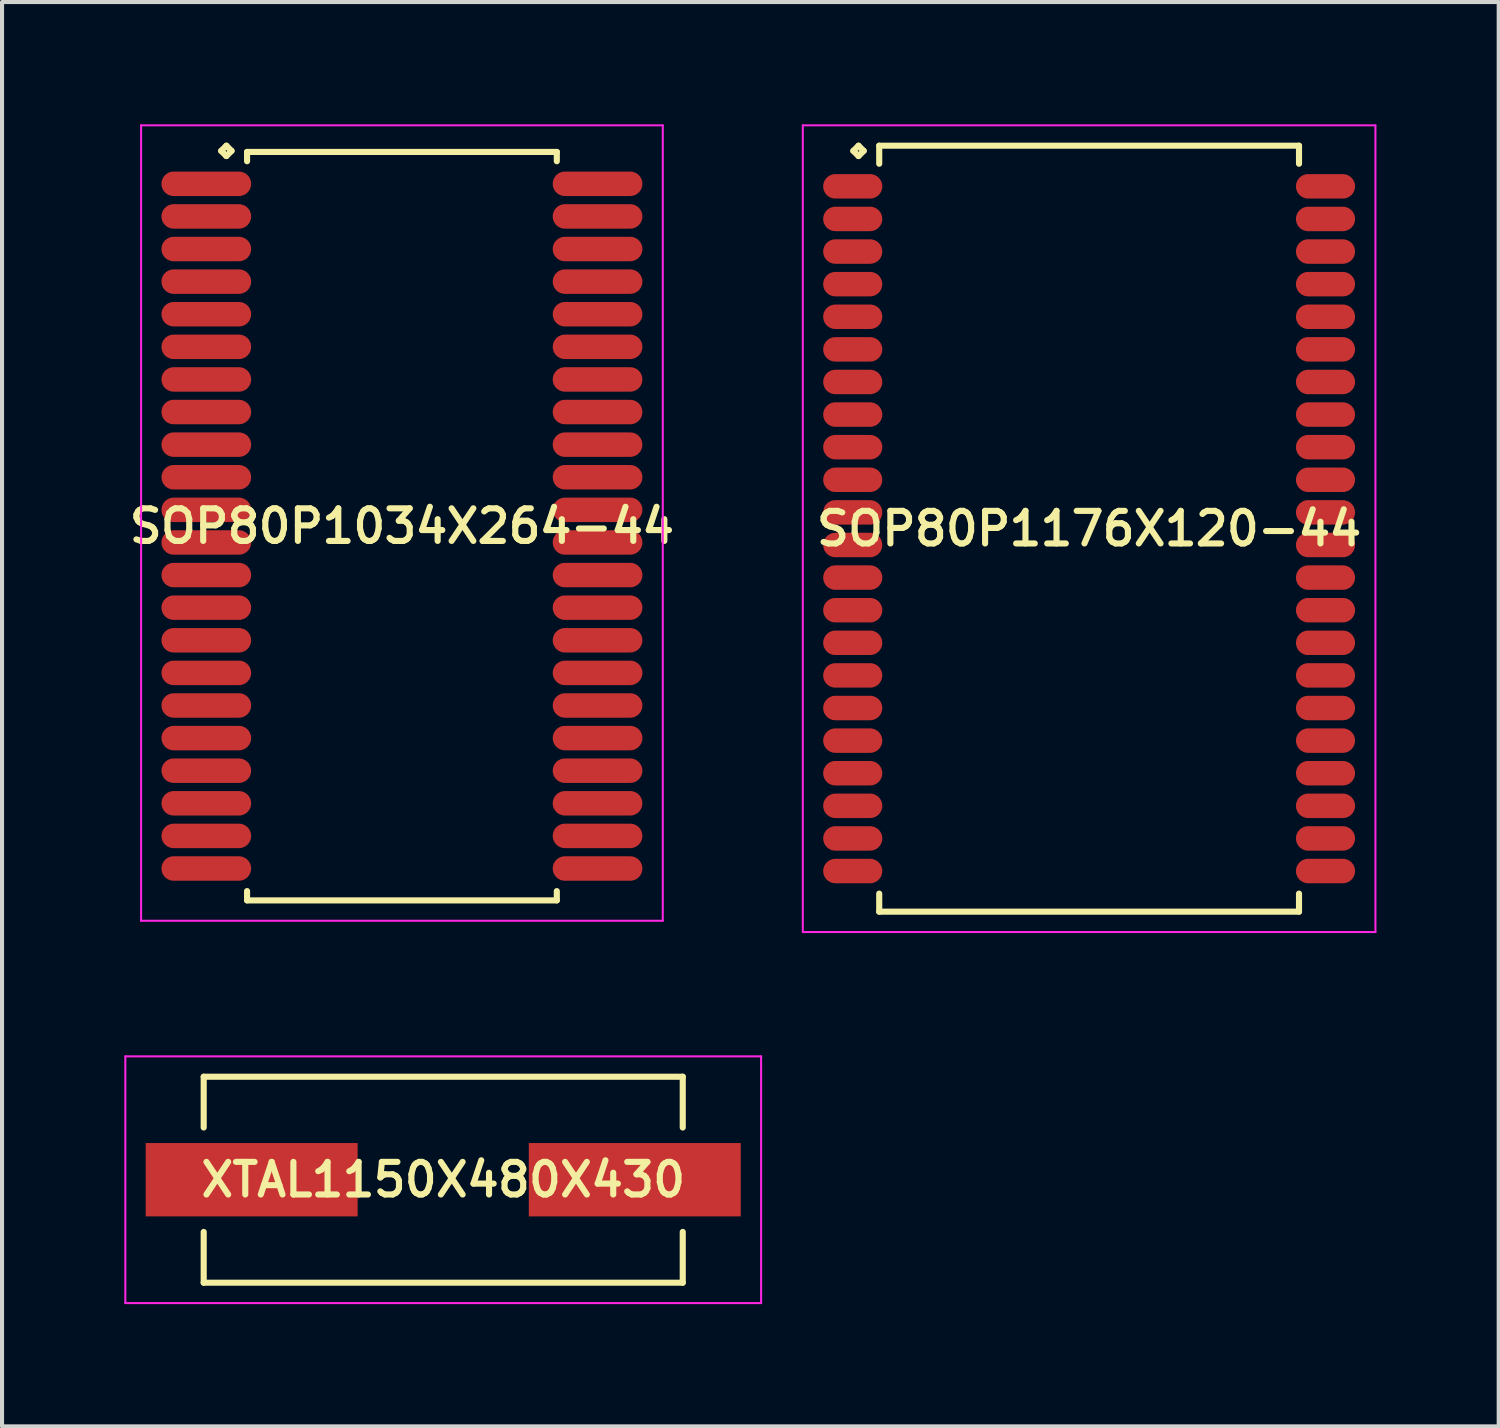
<source format=kicad_pcb>
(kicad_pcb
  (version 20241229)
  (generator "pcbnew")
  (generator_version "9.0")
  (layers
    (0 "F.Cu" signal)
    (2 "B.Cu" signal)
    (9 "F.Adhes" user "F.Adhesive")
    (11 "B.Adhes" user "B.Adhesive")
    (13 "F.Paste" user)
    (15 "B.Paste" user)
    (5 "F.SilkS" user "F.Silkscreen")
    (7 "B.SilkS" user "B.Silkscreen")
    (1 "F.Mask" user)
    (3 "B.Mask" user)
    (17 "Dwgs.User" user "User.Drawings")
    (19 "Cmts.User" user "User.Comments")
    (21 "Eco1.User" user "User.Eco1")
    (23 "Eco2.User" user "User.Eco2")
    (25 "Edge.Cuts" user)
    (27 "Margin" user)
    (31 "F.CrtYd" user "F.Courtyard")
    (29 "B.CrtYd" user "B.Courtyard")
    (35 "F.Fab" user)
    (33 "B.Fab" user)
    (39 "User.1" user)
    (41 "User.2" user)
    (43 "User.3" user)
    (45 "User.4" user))
  (footprint "SOP80P1176X120-44"
    (layer "F.Cu")
    (at 23.673 9.922)
    (property "Reference" "SOP80P1176X120-44" (at 0 0 0) (layer "F.SilkS") (effects (font (size 0.8 0.8) (thickness 0.15))))
    (attr smd)
    (fp_line (start -5.785 -9.27) (end -5.658 -9.397) (stroke (width 0.15) (type solid)) (layer "F.SilkS"))
    (fp_line (start -5.658 -9.397) (end -5.531 -9.27) (stroke (width 0.15) (type solid)) (layer "F.SilkS"))
    (fp_line (start -5.658 -9.143) (end -5.785 -9.27) (stroke (width 0.15) (type solid)) (layer "F.SilkS"))
    (fp_line (start -5.531 -9.27) (end -5.658 -9.143) (stroke (width 0.15) (type solid)) (layer "F.SilkS"))
    (fp_line (start -5.15 -9.397) (end 5.15 -9.397) (stroke (width 0.15) (type solid)) (layer "F.SilkS"))
    (fp_line (start -5.15 -8.954) (end -5.15 -9.397) (stroke (width 0.15) (type solid)) (layer "F.SilkS"))
    (fp_line (start -5.15 8.954) (end -5.15 9.397) (stroke (width 0.15) (type solid)) (layer "F.SilkS"))
    (fp_line (start -5.15 9.397) (end 5.15 9.397) (stroke (width 0.15) (type solid)) (layer "F.SilkS"))
    (fp_line (start 5.15 -9.397) (end 5.15 -8.954) (stroke (width 0.15) (type solid)) (layer "F.SilkS"))
    (fp_line (start 5.15 9.397) (end 5.15 8.954) (stroke (width 0.15) (type solid)) (layer "F.SilkS"))
    (fp_line (start -7.025 -9.897) (end 7.025 -9.897) (stroke (width 0.05) (type solid)) (layer "F.CrtYd"))
    (fp_line (start -7.025 9.897) (end -7.025 -9.897) (stroke (width 0.05) (type solid)) (layer "F.CrtYd"))
    (fp_line (start 7.025 -9.897) (end 7.025 9.897) (stroke (width 0.05) (type solid)) (layer "F.CrtYd"))
    (fp_line (start 7.025 9.897) (end -7.025 9.897) (stroke (width 0.05) (type solid)) (layer "F.CrtYd"))
    (pad "1" smd oval (at -5.8 -8.4) (size 1.45 0.6) (layers "F.Cu" "F.Mask" "F.Paste"))
    (pad "2" smd oval (at -5.8 -7.6) (size 1.45 0.6) (layers "F.Cu" "F.Mask" "F.Paste"))
    (pad "3" smd oval (at -5.8 -6.8) (size 1.45 0.6) (layers "F.Cu" "F.Mask" "F.Paste"))
    (pad "4" smd oval (at -5.8 -6) (size 1.45 0.6) (layers "F.Cu" "F.Mask" "F.Paste"))
    (pad "5" smd oval (at -5.8 -5.2) (size 1.45 0.6) (layers "F.Cu" "F.Mask" "F.Paste"))
    (pad "6" smd oval (at -5.8 -4.4) (size 1.45 0.6) (layers "F.Cu" "F.Mask" "F.Paste"))
    (pad "7" smd oval (at -5.8 -3.6) (size 1.45 0.6) (layers "F.Cu" "F.Mask" "F.Paste"))
    (pad "8" smd oval (at -5.8 -2.8) (size 1.45 0.6) (layers "F.Cu" "F.Mask" "F.Paste"))
    (pad "9" smd oval (at -5.8 -2) (size 1.45 0.6) (layers "F.Cu" "F.Mask" "F.Paste"))
    (pad "10" smd oval (at -5.8 -1.2) (size 1.45 0.6) (layers "F.Cu" "F.Mask" "F.Paste"))
    (pad "11" smd oval (at -5.8 -0.4) (size 1.45 0.6) (layers "F.Cu" "F.Mask" "F.Paste"))
    (pad "12" smd oval (at -5.8 0.4) (size 1.45 0.6) (layers "F.Cu" "F.Mask" "F.Paste"))
    (pad "13" smd oval (at -5.8 1.2) (size 1.45 0.6) (layers "F.Cu" "F.Mask" "F.Paste"))
    (pad "14" smd oval (at -5.8 2) (size 1.45 0.6) (layers "F.Cu" "F.Mask" "F.Paste"))
    (pad "15" smd oval (at -5.8 2.8) (size 1.45 0.6) (layers "F.Cu" "F.Mask" "F.Paste"))
    (pad "16" smd oval (at -5.8 3.6) (size 1.45 0.6) (layers "F.Cu" "F.Mask" "F.Paste"))
    (pad "17" smd oval (at -5.8 4.4) (size 1.45 0.6) (layers "F.Cu" "F.Mask" "F.Paste"))
    (pad "18" smd oval (at -5.8 5.2) (size 1.45 0.6) (layers "F.Cu" "F.Mask" "F.Paste"))
    (pad "19" smd oval (at -5.8 6) (size 1.45 0.6) (layers "F.Cu" "F.Mask" "F.Paste"))
    (pad "20" smd oval (at -5.8 6.8) (size 1.45 0.6) (layers "F.Cu" "F.Mask" "F.Paste"))
    (pad "21" smd oval (at -5.8 7.6) (size 1.45 0.6) (layers "F.Cu" "F.Mask" "F.Paste"))
    (pad "22" smd oval (at -5.8 8.4) (size 1.45 0.6) (layers "F.Cu" "F.Mask" "F.Paste"))
    (pad "23" smd oval (at 5.8 8.4) (size 1.45 0.6) (layers "F.Cu" "F.Mask" "F.Paste"))
    (pad "24" smd oval (at 5.8 7.6) (size 1.45 0.6) (layers "F.Cu" "F.Mask" "F.Paste"))
    (pad "25" smd oval (at 5.8 6.8) (size 1.45 0.6) (layers "F.Cu" "F.Mask" "F.Paste"))
    (pad "26" smd oval (at 5.8 6) (size 1.45 0.6) (layers "F.Cu" "F.Mask" "F.Paste"))
    (pad "27" smd oval (at 5.8 5.2) (size 1.45 0.6) (layers "F.Cu" "F.Mask" "F.Paste"))
    (pad "28" smd oval (at 5.8 4.4) (size 1.45 0.6) (layers "F.Cu" "F.Mask" "F.Paste"))
    (pad "29" smd oval (at 5.8 3.6) (size 1.45 0.6) (layers "F.Cu" "F.Mask" "F.Paste"))
    (pad "30" smd oval (at 5.8 2.8) (size 1.45 0.6) (layers "F.Cu" "F.Mask" "F.Paste"))
    (pad "31" smd oval (at 5.8 2) (size 1.45 0.6) (layers "F.Cu" "F.Mask" "F.Paste"))
    (pad "32" smd oval (at 5.8 1.2) (size 1.45 0.6) (layers "F.Cu" "F.Mask" "F.Paste"))
    (pad "33" smd oval (at 5.8 0.4) (size 1.45 0.6) (layers "F.Cu" "F.Mask" "F.Paste"))
    (pad "34" smd oval (at 5.8 -0.4) (size 1.45 0.6) (layers "F.Cu" "F.Mask" "F.Paste"))
    (pad "35" smd oval (at 5.8 -1.2) (size 1.45 0.6) (layers "F.Cu" "F.Mask" "F.Paste"))
    (pad "36" smd oval (at 5.8 -2) (size 1.45 0.6) (layers "F.Cu" "F.Mask" "F.Paste"))
    (pad "37" smd oval (at 5.8 -2.8) (size 1.45 0.6) (layers "F.Cu" "F.Mask" "F.Paste"))
    (pad "38" smd oval (at 5.8 -3.6) (size 1.45 0.6) (layers "F.Cu" "F.Mask" "F.Paste"))
    (pad "39" smd oval (at 5.8 -4.4) (size 1.45 0.6) (layers "F.Cu" "F.Mask" "F.Paste"))
    (pad "40" smd oval (at 5.8 -5.2) (size 1.45 0.6) (layers "F.Cu" "F.Mask" "F.Paste"))
    (pad "41" smd oval (at 5.8 -6) (size 1.45 0.6) (layers "F.Cu" "F.Mask" "F.Paste"))
    (pad "42" smd oval (at 5.8 -6.8) (size 1.45 0.6) (layers "F.Cu" "F.Mask" "F.Paste"))
    (pad "43" smd oval (at 5.8 -7.6) (size 1.45 0.6) (layers "F.Cu" "F.Mask" "F.Paste"))
    (pad "44" smd oval (at 5.8 -8.4) (size 1.45 0.6) (layers "F.Cu" "F.Mask" "F.Paste")))
  (footprint "SOP80P1034X264-44"
    (layer "F.Cu")
    (at 6.812 9.86)
    (property "Reference" "SOP80P1034X264-44" (at 0 0 0) (layer "F.SilkS") (effects (font (size 0.8 0.8) (thickness 0.15))))
    (attr smd)
    (fp_line (start -4.435 -9.208) (end -4.308 -9.335) (stroke (width 0.15) (type solid)) (layer "F.SilkS"))
    (fp_line (start -4.308 -9.335) (end -4.181 -9.208) (stroke (width 0.15) (type solid)) (layer "F.SilkS"))
    (fp_line (start -4.308 -9.081) (end -4.435 -9.208) (stroke (width 0.15) (type solid)) (layer "F.SilkS"))
    (fp_line (start -4.181 -9.208) (end -4.308 -9.081) (stroke (width 0.15) (type solid)) (layer "F.SilkS"))
    (fp_line (start -3.8 -9.182) (end 3.8 -9.182) (stroke (width 0.15) (type solid)) (layer "F.SilkS"))
    (fp_line (start -3.8 -8.954) (end -3.8 -9.182) (stroke (width 0.15) (type solid)) (layer "F.SilkS"))
    (fp_line (start -3.8 8.954) (end -3.8 9.182) (stroke (width 0.15) (type solid)) (layer "F.SilkS"))
    (fp_line (start -3.8 9.182) (end 3.8 9.182) (stroke (width 0.15) (type solid)) (layer "F.SilkS"))
    (fp_line (start 3.8 -9.182) (end 3.8 -8.954) (stroke (width 0.15) (type solid)) (layer "F.SilkS"))
    (fp_line (start 3.8 9.182) (end 3.8 8.954) (stroke (width 0.15) (type solid)) (layer "F.SilkS"))
    (fp_line (start -6.4 -9.835) (end 6.4 -9.835) (stroke (width 0.05) (type solid)) (layer "F.CrtYd"))
    (fp_line (start -6.4 9.682) (end -6.4 -9.835) (stroke (width 0.05) (type solid)) (layer "F.CrtYd"))
    (fp_line (start 6.4 -9.835) (end 6.4 9.682) (stroke (width 0.05) (type solid)) (layer "F.CrtYd"))
    (fp_line (start 6.4 9.682) (end -6.4 9.682) (stroke (width 0.05) (type solid)) (layer "F.CrtYd"))
    (pad "1" smd oval (at -4.8 -8.4) (size 2.2 0.6) (layers "F.Cu" "F.Mask" "F.Paste"))
    (pad "2" smd oval (at -4.8 -7.6) (size 2.2 0.6) (layers "F.Cu" "F.Mask" "F.Paste"))
    (pad "3" smd oval (at -4.8 -6.8) (size 2.2 0.6) (layers "F.Cu" "F.Mask" "F.Paste"))
    (pad "4" smd oval (at -4.8 -6) (size 2.2 0.6) (layers "F.Cu" "F.Mask" "F.Paste"))
    (pad "5" smd oval (at -4.8 -5.2) (size 2.2 0.6) (layers "F.Cu" "F.Mask" "F.Paste"))
    (pad "6" smd oval (at -4.8 -4.4) (size 2.2 0.6) (layers "F.Cu" "F.Mask" "F.Paste"))
    (pad "7" smd oval (at -4.8 -3.6) (size 2.2 0.6) (layers "F.Cu" "F.Mask" "F.Paste"))
    (pad "8" smd oval (at -4.8 -2.8) (size 2.2 0.6) (layers "F.Cu" "F.Mask" "F.Paste"))
    (pad "9" smd oval (at -4.8 -2) (size 2.2 0.6) (layers "F.Cu" "F.Mask" "F.Paste"))
    (pad "10" smd oval (at -4.8 -1.2) (size 2.2 0.6) (layers "F.Cu" "F.Mask" "F.Paste"))
    (pad "11" smd oval (at -4.8 -0.4) (size 2.2 0.6) (layers "F.Cu" "F.Mask" "F.Paste"))
    (pad "12" smd oval (at -4.8 0.4) (size 2.2 0.6) (layers "F.Cu" "F.Mask" "F.Paste"))
    (pad "13" smd oval (at -4.8 1.2) (size 2.2 0.6) (layers "F.Cu" "F.Mask" "F.Paste"))
    (pad "14" smd oval (at -4.8 2) (size 2.2 0.6) (layers "F.Cu" "F.Mask" "F.Paste"))
    (pad "15" smd oval (at -4.8 2.8) (size 2.2 0.6) (layers "F.Cu" "F.Mask" "F.Paste"))
    (pad "16" smd oval (at -4.8 3.6) (size 2.2 0.6) (layers "F.Cu" "F.Mask" "F.Paste"))
    (pad "17" smd oval (at -4.8 4.4) (size 2.2 0.6) (layers "F.Cu" "F.Mask" "F.Paste"))
    (pad "18" smd oval (at -4.8 5.2) (size 2.2 0.6) (layers "F.Cu" "F.Mask" "F.Paste"))
    (pad "19" smd oval (at -4.8 6) (size 2.2 0.6) (layers "F.Cu" "F.Mask" "F.Paste"))
    (pad "20" smd oval (at -4.8 6.8) (size 2.2 0.6) (layers "F.Cu" "F.Mask" "F.Paste"))
    (pad "21" smd oval (at -4.8 7.6) (size 2.2 0.6) (layers "F.Cu" "F.Mask" "F.Paste"))
    (pad "22" smd oval (at -4.8 8.4) (size 2.2 0.6) (layers "F.Cu" "F.Mask" "F.Paste"))
    (pad "23" smd oval (at 4.8 8.4) (size 2.2 0.6) (layers "F.Cu" "F.Mask" "F.Paste"))
    (pad "24" smd oval (at 4.8 7.6) (size 2.2 0.6) (layers "F.Cu" "F.Mask" "F.Paste"))
    (pad "25" smd oval (at 4.8 6.8) (size 2.2 0.6) (layers "F.Cu" "F.Mask" "F.Paste"))
    (pad "26" smd oval (at 4.8 6) (size 2.2 0.6) (layers "F.Cu" "F.Mask" "F.Paste"))
    (pad "27" smd oval (at 4.8 5.2) (size 2.2 0.6) (layers "F.Cu" "F.Mask" "F.Paste"))
    (pad "28" smd oval (at 4.8 4.4) (size 2.2 0.6) (layers "F.Cu" "F.Mask" "F.Paste"))
    (pad "29" smd oval (at 4.8 3.6) (size 2.2 0.6) (layers "F.Cu" "F.Mask" "F.Paste"))
    (pad "30" smd oval (at 4.8 2.8) (size 2.2 0.6) (layers "F.Cu" "F.Mask" "F.Paste"))
    (pad "31" smd oval (at 4.8 2) (size 2.2 0.6) (layers "F.Cu" "F.Mask" "F.Paste"))
    (pad "32" smd oval (at 4.8 1.2) (size 2.2 0.6) (layers "F.Cu" "F.Mask" "F.Paste"))
    (pad "33" smd oval (at 4.8 0.4) (size 2.2 0.6) (layers "F.Cu" "F.Mask" "F.Paste"))
    (pad "34" smd oval (at 4.8 -0.4) (size 2.2 0.6) (layers "F.Cu" "F.Mask" "F.Paste"))
    (pad "35" smd oval (at 4.8 -1.2) (size 2.2 0.6) (layers "F.Cu" "F.Mask" "F.Paste"))
    (pad "36" smd oval (at 4.8 -2) (size 2.2 0.6) (layers "F.Cu" "F.Mask" "F.Paste"))
    (pad "37" smd oval (at 4.8 -2.8) (size 2.2 0.6) (layers "F.Cu" "F.Mask" "F.Paste"))
    (pad "38" smd oval (at 4.8 -3.6) (size 2.2 0.6) (layers "F.Cu" "F.Mask" "F.Paste"))
    (pad "39" smd oval (at 4.8 -4.4) (size 2.2 0.6) (layers "F.Cu" "F.Mask" "F.Paste"))
    (pad "40" smd oval (at 4.8 -5.2) (size 2.2 0.6) (layers "F.Cu" "F.Mask" "F.Paste"))
    (pad "41" smd oval (at 4.8 -6) (size 2.2 0.6) (layers "F.Cu" "F.Mask" "F.Paste"))
    (pad "42" smd oval (at 4.8 -6.8) (size 2.2 0.6) (layers "F.Cu" "F.Mask" "F.Paste"))
    (pad "43" smd oval (at 4.8 -7.6) (size 2.2 0.6) (layers "F.Cu" "F.Mask" "F.Paste"))
    (pad "44" smd oval (at 4.8 -8.4) (size 2.2 0.6) (layers "F.Cu" "F.Mask" "F.Paste")))
  (footprint "XTAL1150X480X430"
    (layer "F.Cu")
    (at 7.825 25.896)
    (property "Reference" "XTAL1150X480X430" (at 0 0 0) (layer "F.SilkS") (effects (font (size 0.8 0.8) (thickness 0.15))))
    (attr smd)
    (fp_line (start -5.877 -2.527) (end 5.877 -2.527) (stroke (width 0.15) (type solid)) (layer "F.SilkS"))
    (fp_line (start -5.877 -1.281) (end -5.877 -2.527) (stroke (width 0.15) (type solid)) (layer "F.SilkS"))
    (fp_line (start -5.877 1.281) (end -5.877 2.527) (stroke (width 0.15) (type solid)) (layer "F.SilkS"))
    (fp_line (start -5.877 2.527) (end 5.877 2.527) (stroke (width 0.15) (type solid)) (layer "F.SilkS"))
    (fp_line (start 5.877 -2.527) (end 5.877 -1.281) (stroke (width 0.15) (type solid)) (layer "F.SilkS"))
    (fp_line (start 5.877 2.527) (end 5.877 1.281) (stroke (width 0.15) (type solid)) (layer "F.SilkS"))
    (fp_line (start -7.8 -3.027) (end 7.8 -3.027) (stroke (width 0.05) (type solid)) (layer "F.CrtYd"))
    (fp_line (start -7.8 3.027) (end -7.8 -3.027) (stroke (width 0.05) (type solid)) (layer "F.CrtYd"))
    (fp_line (start 7.8 -3.027) (end 7.8 3.027) (stroke (width 0.05) (type solid)) (layer "F.CrtYd"))
    (fp_line (start 7.8 3.027) (end -7.8 3.027) (stroke (width 0.05) (type solid)) (layer "F.CrtYd"))
    (pad "1" smd rect (at -4.7 0) (size 5.2 1.8) (layers "F.Cu" "F.Mask" "F.Paste"))
    (pad "2" smd rect (at 4.7 0) (size 5.2 1.8) (layers "F.Cu" "F.Mask" "F.Paste")))
  (gr_rect
    (start -3 -3)
    (end 33.723 31.948)
    (stroke (width 0.1) (type default))
    (fill no)
    (layer "Edge.Cuts")))
</source>
